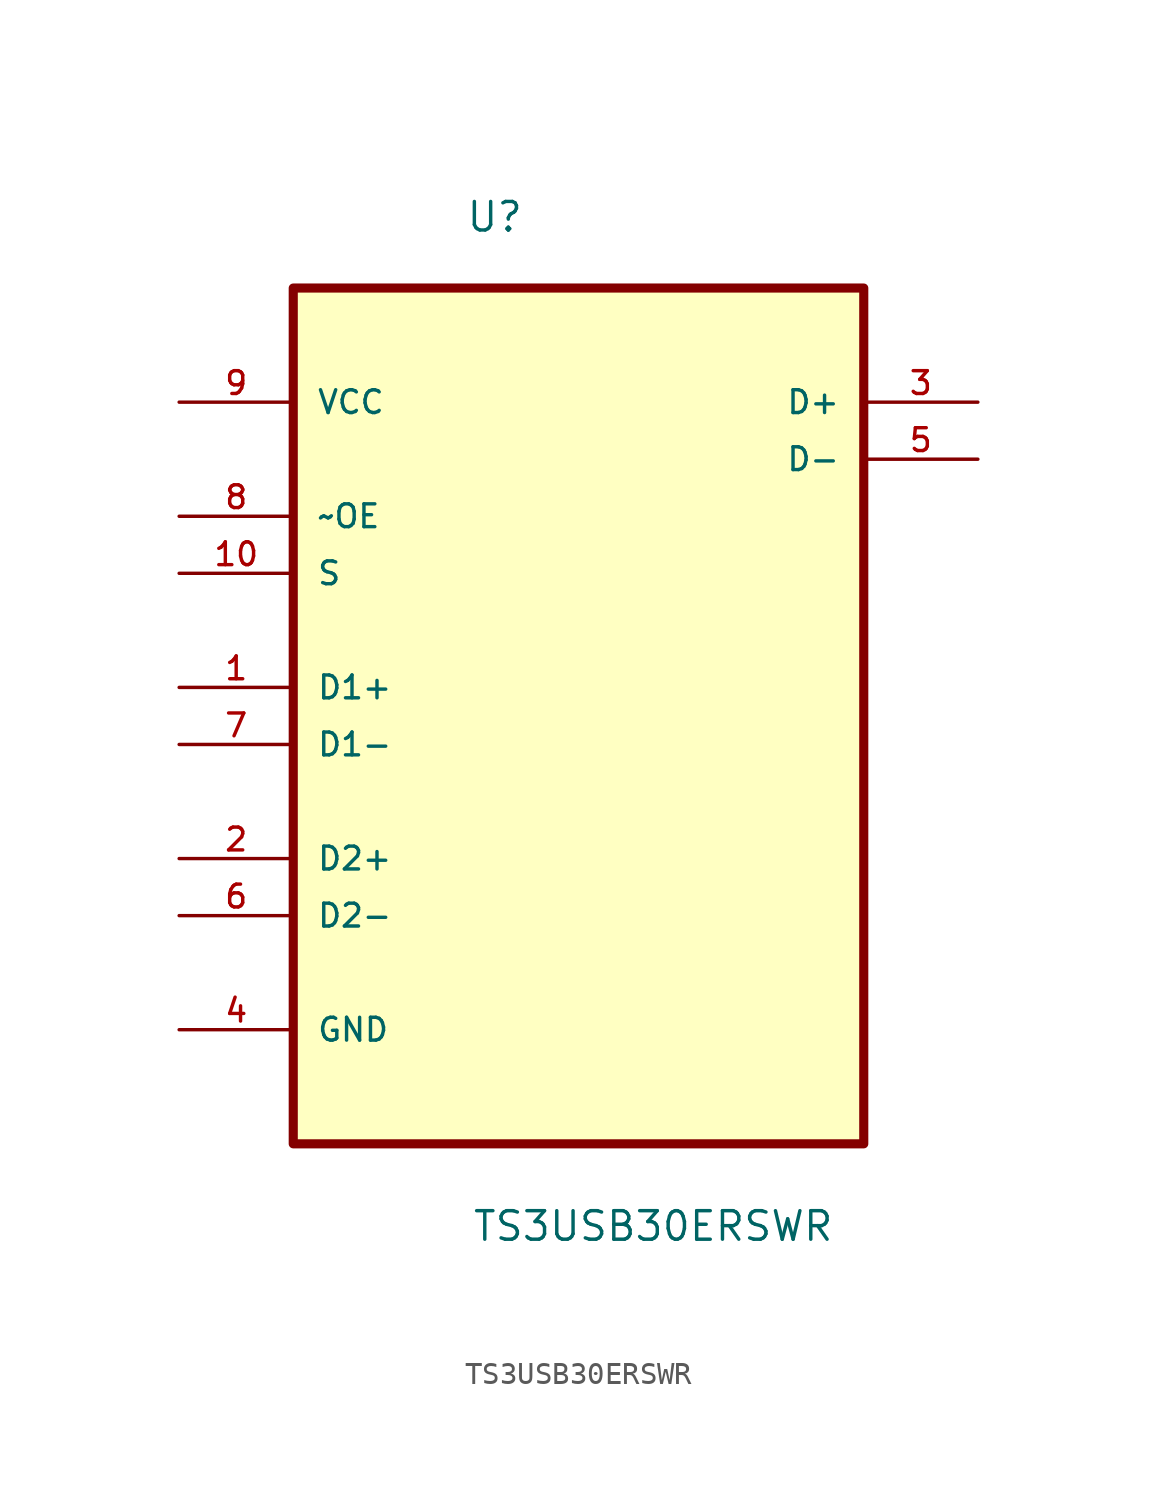
<source format=kicad_sym>
(kicad_symbol_lib
  (version 20211014)
  (generator kicad_symbol_editor)
  (symbol "TS3USB30ERSWR"
    (pin_names
      (offset 1.016))
    (property "Reference" "U"
      (at -5.039 17.662 0.0)
      (effects (font (size 1.27 1.27)) (justify bottom left)))
    (property "Value" "TS3USB30ERSWR"
      (at -4.757 -27.27 0.0)
      (effects (font (size 1.27 1.27)) (justify bottom left)))
    (symbol "TS3USB30ERSWR_0_0"
      (rectangle (start -12.7 -22.86) (end 12.7 15.24) (stroke (width 0.406)) (fill (type background)))
      (pin power_in line (at -17.78 10.16 0) (length 5.08) (name "VCC" (effects (font (size 1.016 1.016)))) (number "9" (effects (font (size 1.016 1.016)))))
      (pin input line (at -17.78 5.08 0) (length 5.08) (name "~OE" (effects (font (size 1.016 1.016)))) (number "8" (effects (font (size 1.016 1.016)))))
      (pin input line (at -17.78 2.54 0) (length 5.08) (name "S" (effects (font (size 1.016 1.016)))) (number "10" (effects (font (size 1.016 1.016)))))
      (pin bidirectional line (at -17.78 -2.54 0) (length 5.08) (name "D1+" (effects (font (size 1.016 1.016)))) (number "1" (effects (font (size 1.016 1.016)))))
      (pin bidirectional line (at -17.78 -5.08 0) (length 5.08) (name "D1-" (effects (font (size 1.016 1.016)))) (number "7" (effects (font (size 1.016 1.016)))))
      (pin bidirectional line (at -17.78 -10.16 0) (length 5.08) (name "D2+" (effects (font (size 1.016 1.016)))) (number "2" (effects (font (size 1.016 1.016)))))
      (pin bidirectional line (at -17.78 -12.7 0) (length 5.08) (name "D2-" (effects (font (size 1.016 1.016)))) (number "6" (effects (font (size 1.016 1.016)))))
      (pin passive line (at -17.78 -17.78 0) (length 5.08) (name "GND" (effects (font (size 1.016 1.016)))) (number "4" (effects (font (size 1.016 1.016)))))
      (pin bidirectional line (at 17.78 10.16 180.0) (length 5.08) (name "D+" (effects (font (size 1.016 1.016)))) (number "3" (effects (font (size 1.016 1.016)))))
      (pin bidirectional line (at 17.78 7.62 180.0) (length 5.08) (name "D-" (effects (font (size 1.016 1.016)))) (number "5" (effects (font (size 1.016 1.016))))))))
</source>
